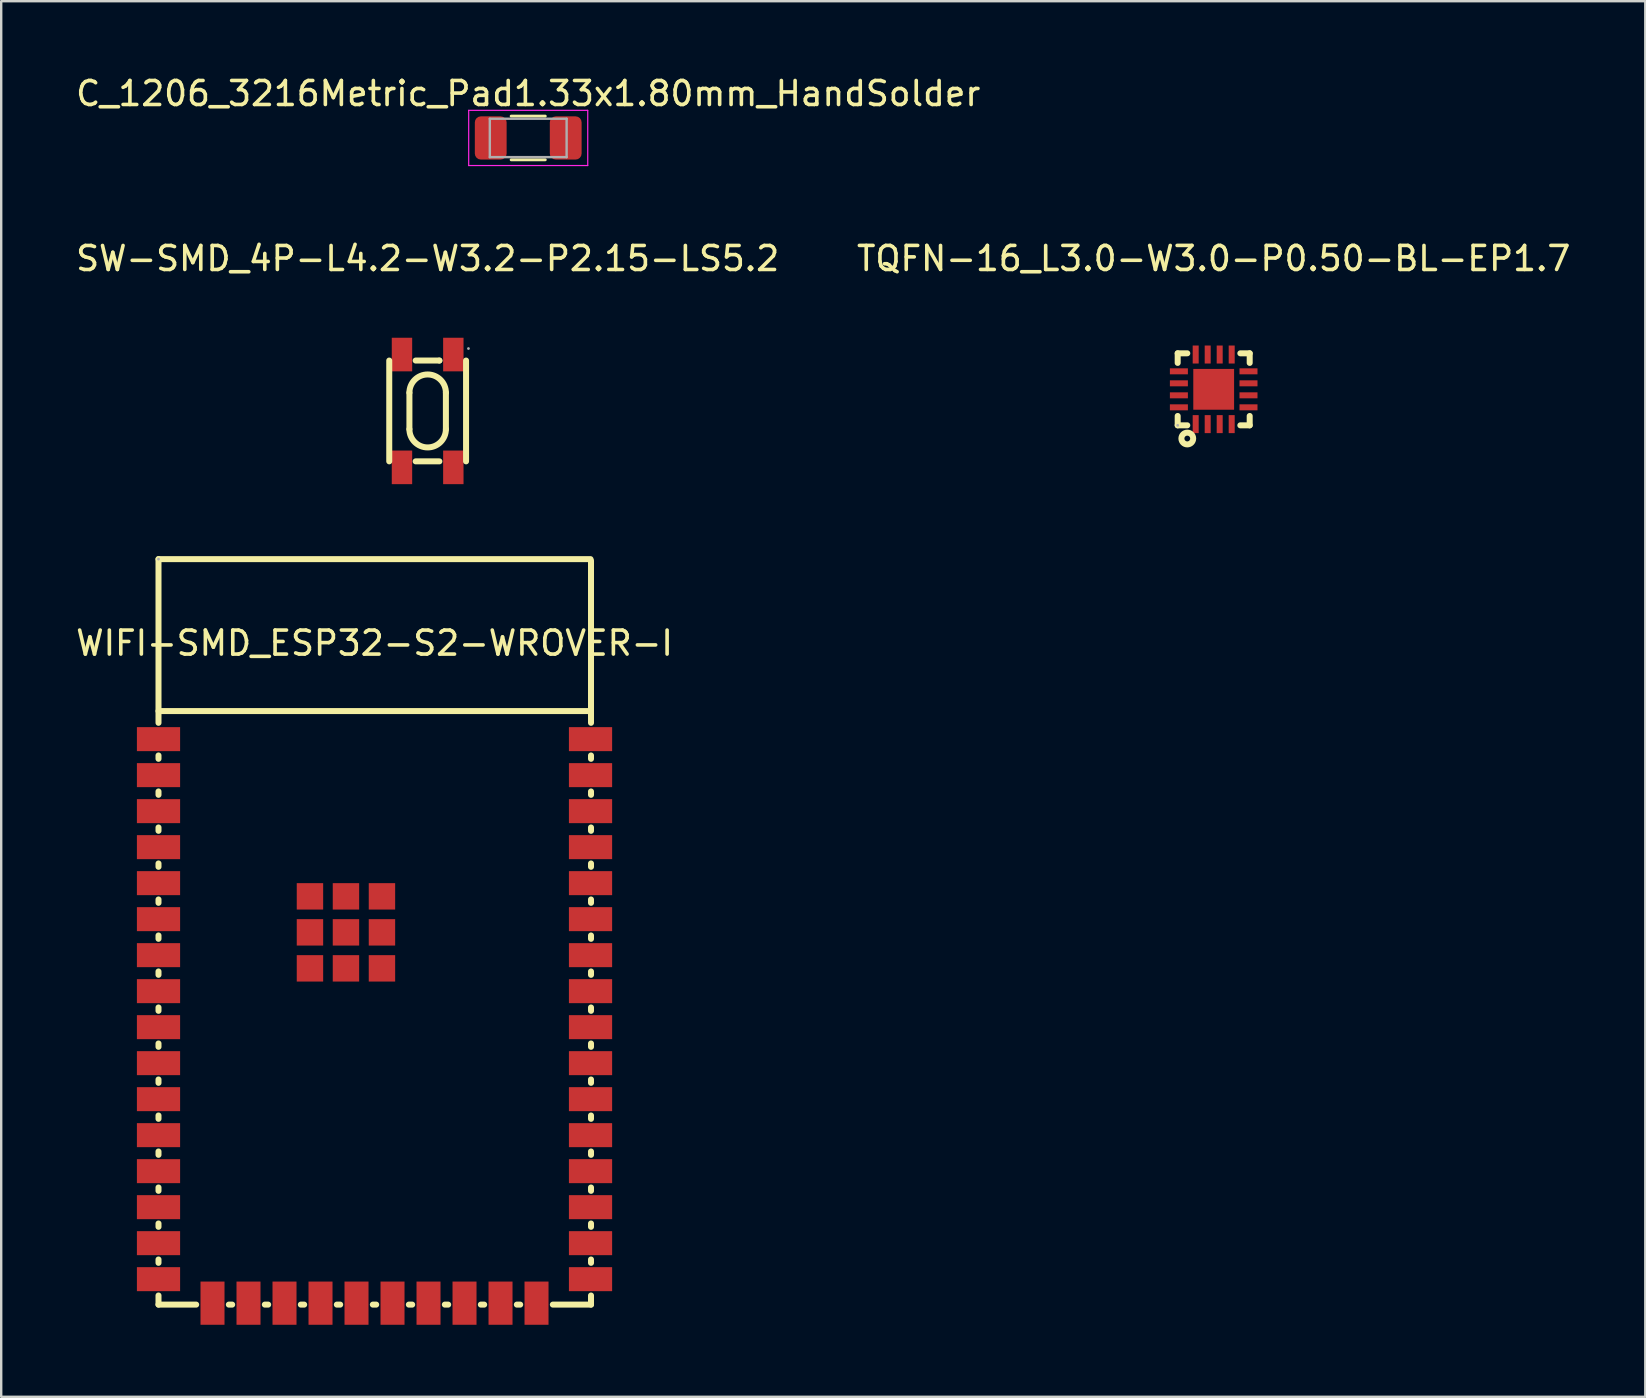
<source format=kicad_pcb>
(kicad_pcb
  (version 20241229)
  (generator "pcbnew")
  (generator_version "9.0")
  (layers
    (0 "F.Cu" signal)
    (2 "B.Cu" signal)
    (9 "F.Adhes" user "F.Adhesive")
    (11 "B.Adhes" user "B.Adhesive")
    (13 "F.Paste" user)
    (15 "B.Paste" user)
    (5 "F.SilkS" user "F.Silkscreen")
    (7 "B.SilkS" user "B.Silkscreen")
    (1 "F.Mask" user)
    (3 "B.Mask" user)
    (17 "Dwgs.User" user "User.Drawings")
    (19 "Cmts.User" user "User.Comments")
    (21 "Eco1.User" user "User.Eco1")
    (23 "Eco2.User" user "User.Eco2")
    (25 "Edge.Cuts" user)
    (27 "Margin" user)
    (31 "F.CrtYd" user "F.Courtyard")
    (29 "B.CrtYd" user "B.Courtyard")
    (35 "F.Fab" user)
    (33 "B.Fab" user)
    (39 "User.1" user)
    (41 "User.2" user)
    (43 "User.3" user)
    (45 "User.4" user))
  (footprint "WIFI-SMD_ESP32-S2-WROVER-I"
    (layer "F.Cu")
    (at 12.554 39.496)
    (property "Reference" "WIFI-SMD_ESP32-S2-WROVER-I" (at 0 -15.75 0) (layer "F.SilkS") (effects (font (size 1 1) (thickness 0.15))))
    (attr smd)
    (fp_line (start -9 -19.25) (end -9 -12.43) (stroke (width 0.25) (type solid)) (layer "F.SilkS"))
    (fp_line (start -9 -12.92) (end 9.02 -12.92) (stroke (width 0.25) (type solid)) (layer "F.SilkS"))
    (fp_line (start -9 -11.07) (end -9 -10.93) (stroke (width 0.25) (type solid)) (layer "F.SilkS"))
    (fp_line (start -9 -9.57) (end -9 -9.43) (stroke (width 0.25) (type solid)) (layer "F.SilkS"))
    (fp_line (start -9 -8.07) (end -9 -7.93) (stroke (width 0.25) (type solid)) (layer "F.SilkS"))
    (fp_line (start -9 -6.57) (end -9 -6.43) (stroke (width 0.25) (type solid)) (layer "F.SilkS"))
    (fp_line (start -9 -5.07) (end -9 -4.93) (stroke (width 0.25) (type solid)) (layer "F.SilkS"))
    (fp_line (start -9 -3.57) (end -9 -3.43) (stroke (width 0.25) (type solid)) (layer "F.SilkS"))
    (fp_line (start -9 -2.07) (end -9 -1.93) (stroke (width 0.25) (type solid)) (layer "F.SilkS"))
    (fp_line (start -9 -0.57) (end -9 -0.43) (stroke (width 0.25) (type solid)) (layer "F.SilkS"))
    (fp_line (start -9 0.93) (end -9 1.07) (stroke (width 0.25) (type solid)) (layer "F.SilkS"))
    (fp_line (start -9 2.43) (end -9 2.57) (stroke (width 0.25) (type solid)) (layer "F.SilkS"))
    (fp_line (start -9 3.93) (end -9 4.07) (stroke (width 0.25) (type solid)) (layer "F.SilkS"))
    (fp_line (start -9 5.43) (end -9 5.57) (stroke (width 0.25) (type solid)) (layer "F.SilkS"))
    (fp_line (start -9 6.93) (end -9 7.07) (stroke (width 0.25) (type solid)) (layer "F.SilkS"))
    (fp_line (start -9 8.43) (end -9 8.57) (stroke (width 0.25) (type solid)) (layer "F.SilkS"))
    (fp_line (start -9 9.93) (end -9 10.07) (stroke (width 0.25) (type solid)) (layer "F.SilkS"))
    (fp_line (start -9 11.43) (end -9 11.81) (stroke (width 0.25) (type solid)) (layer "F.SilkS"))
    (fp_line (start -9 11.81) (end -7.43 11.81) (stroke (width 0.25) (type solid)) (layer "F.SilkS"))
    (fp_line (start -6.07 11.81) (end -5.93 11.81) (stroke (width 0.25) (type solid)) (layer "F.SilkS"))
    (fp_line (start -4.57 11.81) (end -4.43 11.81) (stroke (width 0.25) (type solid)) (layer "F.SilkS"))
    (fp_line (start -3.07 11.81) (end -2.93 11.81) (stroke (width 0.25) (type solid)) (layer "F.SilkS"))
    (fp_line (start -1.57 11.81) (end -1.43 11.81) (stroke (width 0.25) (type solid)) (layer "F.SilkS"))
    (fp_line (start -0.07 11.81) (end 0.07 11.81) (stroke (width 0.25) (type solid)) (layer "F.SilkS"))
    (fp_line (start 1.43 11.81) (end 1.57 11.81) (stroke (width 0.25) (type solid)) (layer "F.SilkS"))
    (fp_line (start 2.93 11.81) (end 3.07 11.81) (stroke (width 0.25) (type solid)) (layer "F.SilkS"))
    (fp_line (start 4.43 11.81) (end 4.57 11.81) (stroke (width 0.25) (type solid)) (layer "F.SilkS"))
    (fp_line (start 5.93 11.81) (end 6.07 11.81) (stroke (width 0.25) (type solid)) (layer "F.SilkS"))
    (fp_line (start 7.43 11.81) (end 9.02 11.81) (stroke (width 0.25) (type solid)) (layer "F.SilkS"))
    (fp_line (start 9 -19.25) (end -9 -19.25) (stroke (width 0.25) (type solid)) (layer "F.SilkS"))
    (fp_line (start 9.02 -12.43) (end 9.02 -19.18) (stroke (width 0.25) (type solid)) (layer "F.SilkS"))
    (fp_line (start 9.02 -10.93) (end 9.02 -11.07) (stroke (width 0.25) (type solid)) (layer "F.SilkS"))
    (fp_line (start 9.02 -9.43) (end 9.02 -9.57) (stroke (width 0.25) (type solid)) (layer "F.SilkS"))
    (fp_line (start 9.02 -7.93) (end 9.02 -8.07) (stroke (width 0.25) (type solid)) (layer "F.SilkS"))
    (fp_line (start 9.02 -6.43) (end 9.02 -6.57) (stroke (width 0.25) (type solid)) (layer "F.SilkS"))
    (fp_line (start 9.02 -4.93) (end 9.02 -5.07) (stroke (width 0.25) (type solid)) (layer "F.SilkS"))
    (fp_line (start 9.02 -3.43) (end 9.02 -3.57) (stroke (width 0.25) (type solid)) (layer "F.SilkS"))
    (fp_line (start 9.02 -1.93) (end 9.02 -2.07) (stroke (width 0.25) (type solid)) (layer "F.SilkS"))
    (fp_line (start 9.02 -0.43) (end 9.02 -0.57) (stroke (width 0.25) (type solid)) (layer "F.SilkS"))
    (fp_line (start 9.02 1.07) (end 9.02 0.93) (stroke (width 0.25) (type solid)) (layer "F.SilkS"))
    (fp_line (start 9.02 2.57) (end 9.02 2.43) (stroke (width 0.25) (type solid)) (layer "F.SilkS"))
    (fp_line (start 9.02 4.07) (end 9.02 3.93) (stroke (width 0.25) (type solid)) (layer "F.SilkS"))
    (fp_line (start 9.02 5.57) (end 9.02 5.43) (stroke (width 0.25) (type solid)) (layer "F.SilkS"))
    (fp_line (start 9.02 7.07) (end 9.02 6.93) (stroke (width 0.25) (type solid)) (layer "F.SilkS"))
    (fp_line (start 9.02 8.57) (end 9.02 8.43) (stroke (width 0.25) (type solid)) (layer "F.SilkS"))
    (fp_line (start 9.02 10.07) (end 9.02 9.93) (stroke (width 0.25) (type solid)) (layer "F.SilkS"))
    (fp_line (start 9.02 11.81) (end 9.02 11.43) (stroke (width 0.25) (type solid)) (layer "F.SilkS"))
    (fp_circle (center -9 -19.25) (end -8.97 -19.25) (stroke (width 0.06) (type solid)) (fill no) (layer "F.Fab"))
    (pad "1" smd rect (at -9 -11.75) (size 1.8 1) (layers "F.Cu" "F.Mask" "F.Paste"))
    (pad "2" smd rect (at -9 -10.25) (size 1.8 1) (layers "F.Cu" "F.Mask" "F.Paste"))
    (pad "3" smd rect (at -9 -8.75) (size 1.8 1) (layers "F.Cu" "F.Mask" "F.Paste"))
    (pad "4" smd rect (at -9 -7.25) (size 1.8 1) (layers "F.Cu" "F.Mask" "F.Paste"))
    (pad "5" smd rect (at -9 -5.75) (size 1.8 1) (layers "F.Cu" "F.Mask" "F.Paste"))
    (pad "6" smd rect (at -9 -4.25) (size 1.8 1) (layers "F.Cu" "F.Mask" "F.Paste"))
    (pad "7" smd rect (at -9 -2.75) (size 1.8 1) (layers "F.Cu" "F.Mask" "F.Paste"))
    (pad "8" smd rect (at -9 -1.25) (size 1.8 1) (layers "F.Cu" "F.Mask" "F.Paste"))
    (pad "9" smd rect (at -9 0.25) (size 1.8 1) (layers "F.Cu" "F.Mask" "F.Paste"))
    (pad "10" smd rect (at -9 1.75) (size 1.8 1) (layers "F.Cu" "F.Mask" "F.Paste"))
    (pad "11" smd rect (at -9 3.25) (size 1.8 1) (layers "F.Cu" "F.Mask" "F.Paste"))
    (pad "12" smd rect (at -9 4.75) (size 1.8 1) (layers "F.Cu" "F.Mask" "F.Paste"))
    (pad "13" smd rect (at -9 6.25) (size 1.8 1) (layers "F.Cu" "F.Mask" "F.Paste"))
    (pad "14" smd rect (at -9 7.75) (size 1.8 1) (layers "F.Cu" "F.Mask" "F.Paste"))
    (pad "15" smd rect (at -9 9.25) (size 1.8 1) (layers "F.Cu" "F.Mask" "F.Paste"))
    (pad "16" smd rect (at -9 10.75) (size 1.8 1) (layers "F.Cu" "F.Mask" "F.Paste"))
    (pad "17" smd rect (at -6.75 11.75) (size 1 1.8) (layers "F.Cu" "F.Mask" "F.Paste"))
    (pad "18" smd rect (at -5.25 11.75) (size 1 1.8) (layers "F.Cu" "F.Mask" "F.Paste"))
    (pad "19" smd rect (at -3.75 11.75) (size 1 1.8) (layers "F.Cu" "F.Mask" "F.Paste"))
    (pad "20" smd rect (at -2.25 11.75) (size 1 1.8) (layers "F.Cu" "F.Mask" "F.Paste"))
    (pad "21" smd rect (at -0.75 11.75) (size 1 1.8) (layers "F.Cu" "F.Mask" "F.Paste"))
    (pad "22" smd rect (at 0.75 11.75) (size 1 1.8) (layers "F.Cu" "F.Mask" "F.Paste"))
    (pad "23" smd rect (at 2.25 11.75) (size 1 1.8) (layers "F.Cu" "F.Mask" "F.Paste"))
    (pad "24" smd rect (at 3.75 11.75) (size 1 1.8) (layers "F.Cu" "F.Mask" "F.Paste"))
    (pad "25" smd rect (at 5.25 11.75) (size 1 1.8) (layers "F.Cu" "F.Mask" "F.Paste"))
    (pad "26" smd rect (at 6.75 11.75) (size 1 1.8) (layers "F.Cu" "F.Mask" "F.Paste"))
    (pad "27" smd rect (at 9 10.75) (size 1.8 1) (layers "F.Cu" "F.Mask" "F.Paste"))
    (pad "28" smd rect (at 9 9.25) (size 1.8 1) (layers "F.Cu" "F.Mask" "F.Paste"))
    (pad "29" smd rect (at 9 7.75) (size 1.8 1) (layers "F.Cu" "F.Mask" "F.Paste"))
    (pad "30" smd rect (at 9 6.25) (size 1.8 1) (layers "F.Cu" "F.Mask" "F.Paste"))
    (pad "31" smd rect (at 9 4.75) (size 1.8 1) (layers "F.Cu" "F.Mask" "F.Paste"))
    (pad "32" smd rect (at 9 3.25) (size 1.8 1) (layers "F.Cu" "F.Mask" "F.Paste"))
    (pad "33" smd rect (at 9 1.75) (size 1.8 1) (layers "F.Cu" "F.Mask" "F.Paste"))
    (pad "34" smd rect (at 9 0.25) (size 1.8 1) (layers "F.Cu" "F.Mask" "F.Paste"))
    (pad "35" smd rect (at 9 -1.25) (size 1.8 1) (layers "F.Cu" "F.Mask" "F.Paste"))
    (pad "36" smd rect (at 9 -2.75) (size 1.8 1) (layers "F.Cu" "F.Mask" "F.Paste"))
    (pad "37" smd rect (at 9 -4.25) (size 1.8 1) (layers "F.Cu" "F.Mask" "F.Paste"))
    (pad "38" smd rect (at 9 -5.75) (size 1.8 1) (layers "F.Cu" "F.Mask" "F.Paste"))
    (pad "39" smd rect (at 9 -7.25) (size 1.8 1) (layers "F.Cu" "F.Mask" "F.Paste"))
    (pad "40" smd rect (at 9 -8.75) (size 1.8 1) (layers "F.Cu" "F.Mask" "F.Paste"))
    (pad "41" smd rect (at 9 -10.25) (size 1.8 1) (layers "F.Cu" "F.Mask" "F.Paste"))
    (pad "42" smd rect (at 9 -11.75) (size 1.8 1) (layers "F.Cu" "F.Mask" "F.Paste"))
    (pad "43" smd rect (at -2.69 -5.2 90) (size 1.1 1.1) (layers "F.Cu" "F.Mask" "F.Paste"))
    (pad "43" smd rect (at -2.69 -3.7 90) (size 1.1 1.1) (layers "F.Cu" "F.Mask" "F.Paste"))
    (pad "43" smd rect (at -2.69 -2.2 90) (size 1.1 1.1) (layers "F.Cu" "F.Mask" "F.Paste"))
    (pad "43" smd rect (at -1.19 -5.2 90) (size 1.1 1.1) (layers "F.Cu" "F.Mask" "F.Paste"))
    (pad "43" smd rect (at -1.19 -3.7 90) (size 1.1 1.1) (layers "F.Cu" "F.Mask" "F.Paste"))
    (pad "43" smd rect (at -1.19 -2.2 90) (size 1.1 1.1) (layers "F.Cu" "F.Mask" "F.Paste"))
    (pad "43" smd rect (at 0.31 -5.2 90) (size 1.1 1.1) (layers "F.Cu" "F.Mask" "F.Paste"))
    (pad "43" smd rect (at 0.31 -3.7 90) (size 1.1 1.1) (layers "F.Cu" "F.Mask" "F.Paste"))
    (pad "43" smd rect (at 0.31 -2.2 90) (size 1.1 1.1) (layers "F.Cu" "F.Mask" "F.Paste")))
  (footprint "C_1206_3216Metric_Pad1.33x1.80mm_HandSolder"
    (layer "F.Cu")
    (at 18.958 2.698)
    (property "Reference" "C_1206_3216Metric_Pad1.33x1.80mm_HandSolder" (at 0 -1.85 0) (layer "F.SilkS") (effects (font (size 1 1) (thickness 0.15))))
    (attr smd)
    (fp_line (start -0.711 -0.91) (end 0.711 -0.91) (stroke (width 0.12) (type solid)) (layer "F.SilkS"))
    (fp_line (start -0.711 0.91) (end 0.711 0.91) (stroke (width 0.12) (type solid)) (layer "F.SilkS"))
    (fp_line (start -2.48 -1.15) (end 2.48 -1.15) (stroke (width 0.05) (type solid)) (layer "F.CrtYd"))
    (fp_line (start -2.48 1.15) (end -2.48 -1.15) (stroke (width 0.05) (type solid)) (layer "F.CrtYd"))
    (fp_line (start 2.48 -1.15) (end 2.48 1.15) (stroke (width 0.05) (type solid)) (layer "F.CrtYd"))
    (fp_line (start 2.48 1.15) (end -2.48 1.15) (stroke (width 0.05) (type solid)) (layer "F.CrtYd"))
    (fp_line (start -1.6 -0.8) (end 1.6 -0.8) (stroke (width 0.1) (type solid)) (layer "F.Fab"))
    (fp_line (start -1.6 0.8) (end -1.6 -0.8) (stroke (width 0.1) (type solid)) (layer "F.Fab"))
    (fp_line (start 1.6 -0.8) (end 1.6 0.8) (stroke (width 0.1) (type solid)) (layer "F.Fab"))
    (fp_line (start 1.6 0.8) (end -1.6 0.8) (stroke (width 0.1) (type solid)) (layer "F.Fab"))
    (pad "1" smd roundrect (at -1.562 0) (size 1.325 1.8) (layers "F.Cu" "F.Mask" "F.Paste") (roundrect_rratio 0.189))
    (pad "2" smd roundrect (at 1.562 0) (size 1.325 1.8) (layers "F.Cu" "F.Mask" "F.Paste") (roundrect_rratio 0.189)))
  (footprint "SW-SMD_4P-L4.2-W3.2-P2.15-LS5.2"
    (layer "F.Cu")
    (at 14.768 14.072)
    (property "Reference" "SW-SMD_4P-L4.2-W3.2-P2.15-LS5.2" (at 0 -6.35 0) (layer "F.SilkS") (effects (font (size 1 1) (thickness 0.15))))
    (attr smd)
    (fp_line (start -1.6 -2.1) (end -1.6 2.1) (stroke (width 0.25) (type solid)) (layer "F.SilkS"))
    (fp_line (start -0.76 -0.76) (end -0.76 0.76) (stroke (width 0.25) (type solid)) (layer "F.SilkS"))
    (fp_line (start -0.5 2.1) (end 0.49 2.1) (stroke (width 0.25) (type solid)) (layer "F.SilkS"))
    (fp_line (start 0.49 -2.1) (end -0.5 -2.1) (stroke (width 0.25) (type solid)) (layer "F.SilkS"))
    (fp_line (start 0.49 -2.1) (end 0.49 -2.1) (stroke (width 0.25) (type solid)) (layer "F.SilkS"))
    (fp_line (start 0.76 -0.76) (end 0.76 0.76) (stroke (width 0.25) (type solid)) (layer "F.SilkS"))
    (fp_line (start 1.6 -2.1) (end 1.6 2.1) (stroke (width 0.25) (type solid)) (layer "F.SilkS"))
    (fp_arc (start -0.76 -0.76) (mid 0 -1.52) (end 0.76 -0.76) (stroke (width 0.25) (type solid)) (layer "F.SilkS"))
    (fp_arc (start 0.76 0.76) (mid 0 1.52) (end -0.76 0.76) (stroke (width 0.25) (type solid)) (layer "F.SilkS"))
    (fp_circle (center 1.7 -2.6) (end 1.73 -2.6) (stroke (width 0.06) (type solid)) (fill no) (layer "F.Fab"))
    (pad "1" smd rect (at 1.07 -2.35) (size 0.85 1.4) (layers "F.Cu" "F.Mask" "F.Paste"))
    (pad "2" smd rect (at 1.07 2.35) (size 0.85 1.4) (layers "F.Cu" "F.Mask" "F.Paste"))
    (pad "3" smd rect (at -1.07 -2.35) (size 0.85 1.4) (layers "F.Cu" "F.Mask" "F.Paste"))
    (pad "4" smd rect (at -1.07 2.35) (size 0.85 1.4) (layers "F.Cu" "F.Mask" "F.Paste")))
  (footprint "TQFN-16_L3.0-W3.0-P0.50-BL-EP1.7"
    (layer "F.Cu")
    (at 47.518 13.171)
    (property "Reference" "TQFN-16_L3.0-W3.0-P0.50-BL-EP1.7" (at 0 -5.45 0) (layer "F.SilkS") (effects (font (size 1 1) (thickness 0.15))))
    (attr smd)
    (fp_line (start -1.5 -1.5) (end -1.5 -1.1) (stroke (width 0.25) (type solid)) (layer "F.SilkS"))
    (fp_line (start -1.5 -1.5) (end -1.1 -1.5) (stroke (width 0.25) (type solid)) (layer "F.SilkS"))
    (fp_line (start -1.5 1.11) (end -1.5 1.5) (stroke (width 0.25) (type solid)) (layer "F.SilkS"))
    (fp_line (start -1.5 1.5) (end -1.1 1.5) (stroke (width 0.25) (type solid)) (layer "F.SilkS"))
    (fp_line (start 1.11 -1.5) (end 1.5 -1.5) (stroke (width 0.25) (type solid)) (layer "F.SilkS"))
    (fp_line (start 1.11 1.5) (end 1.5 1.5) (stroke (width 0.25) (type solid)) (layer "F.SilkS"))
    (fp_line (start 1.5 -1.1) (end 1.5 -1.5) (stroke (width 0.25) (type solid)) (layer "F.SilkS"))
    (fp_line (start 1.5 1.5) (end 1.5 1.11) (stroke (width 0.25) (type solid)) (layer "F.SilkS"))
    (fp_circle (center -1.1 2.05) (end -0.98 2.05) (stroke (width 0.25) (type solid)) (fill no) (layer "F.SilkS"))
    (fp_circle (center -1.5 1.5) (end -1.47 1.5) (stroke (width 0.06) (type solid)) (fill no) (layer "F.Fab"))
    (pad "1" smd rect (at -0.75 1.45) (size 0.25 0.75) (layers "F.Cu" "F.Mask" "F.Paste"))
    (pad "2" smd rect (at -0.25 1.45) (size 0.25 0.75) (layers "F.Cu" "F.Mask" "F.Paste"))
    (pad "3" smd rect (at 0.25 1.45) (size 0.25 0.75) (layers "F.Cu" "F.Mask" "F.Paste"))
    (pad "4" smd rect (at 0.75 1.45) (size 0.25 0.75) (layers "F.Cu" "F.Mask" "F.Paste"))
    (pad "5" smd rect (at 1.45 0.75) (size 0.75 0.25) (layers "F.Cu" "F.Mask" "F.Paste"))
    (pad "6" smd rect (at 1.45 0.25) (size 0.75 0.25) (layers "F.Cu" "F.Mask" "F.Paste"))
    (pad "7" smd rect (at 1.45 -0.25) (size 0.75 0.25) (layers "F.Cu" "F.Mask" "F.Paste"))
    (pad "8" smd rect (at 1.45 -0.75) (size 0.75 0.25) (layers "F.Cu" "F.Mask" "F.Paste"))
    (pad "9" smd rect (at 0.75 -1.45) (size 0.25 0.75) (layers "F.Cu" "F.Mask" "F.Paste"))
    (pad "10" smd rect (at 0.25 -1.45) (size 0.25 0.75) (layers "F.Cu" "F.Mask" "F.Paste"))
    (pad "11" smd rect (at -0.25 -1.45) (size 0.25 0.75) (layers "F.Cu" "F.Mask" "F.Paste"))
    (pad "12" smd rect (at -0.75 -1.45) (size 0.25 0.75) (layers "F.Cu" "F.Mask" "F.Paste"))
    (pad "13" smd rect (at -1.45 -0.75) (size 0.75 0.25) (layers "F.Cu" "F.Mask" "F.Paste"))
    (pad "14" smd rect (at -1.45 -0.25) (size 0.75 0.25) (layers "F.Cu" "F.Mask" "F.Paste"))
    (pad "15" smd rect (at -1.45 0.25) (size 0.75 0.25) (layers "F.Cu" "F.Mask" "F.Paste"))
    (pad "16" smd rect (at -1.45 0.75) (size 0.75 0.25) (layers "F.Cu" "F.Mask" "F.Paste"))
    (pad "17" smd rect (at 0 0) (size 1.7 1.7) (layers "F.Cu" "F.Mask" "F.Paste")))
  (gr_rect
    (start -3 -3)
    (end 65.5 55.147)
    (stroke (width 0.1) (type default))
    (fill no)
    (layer "Edge.Cuts")))
</source>
